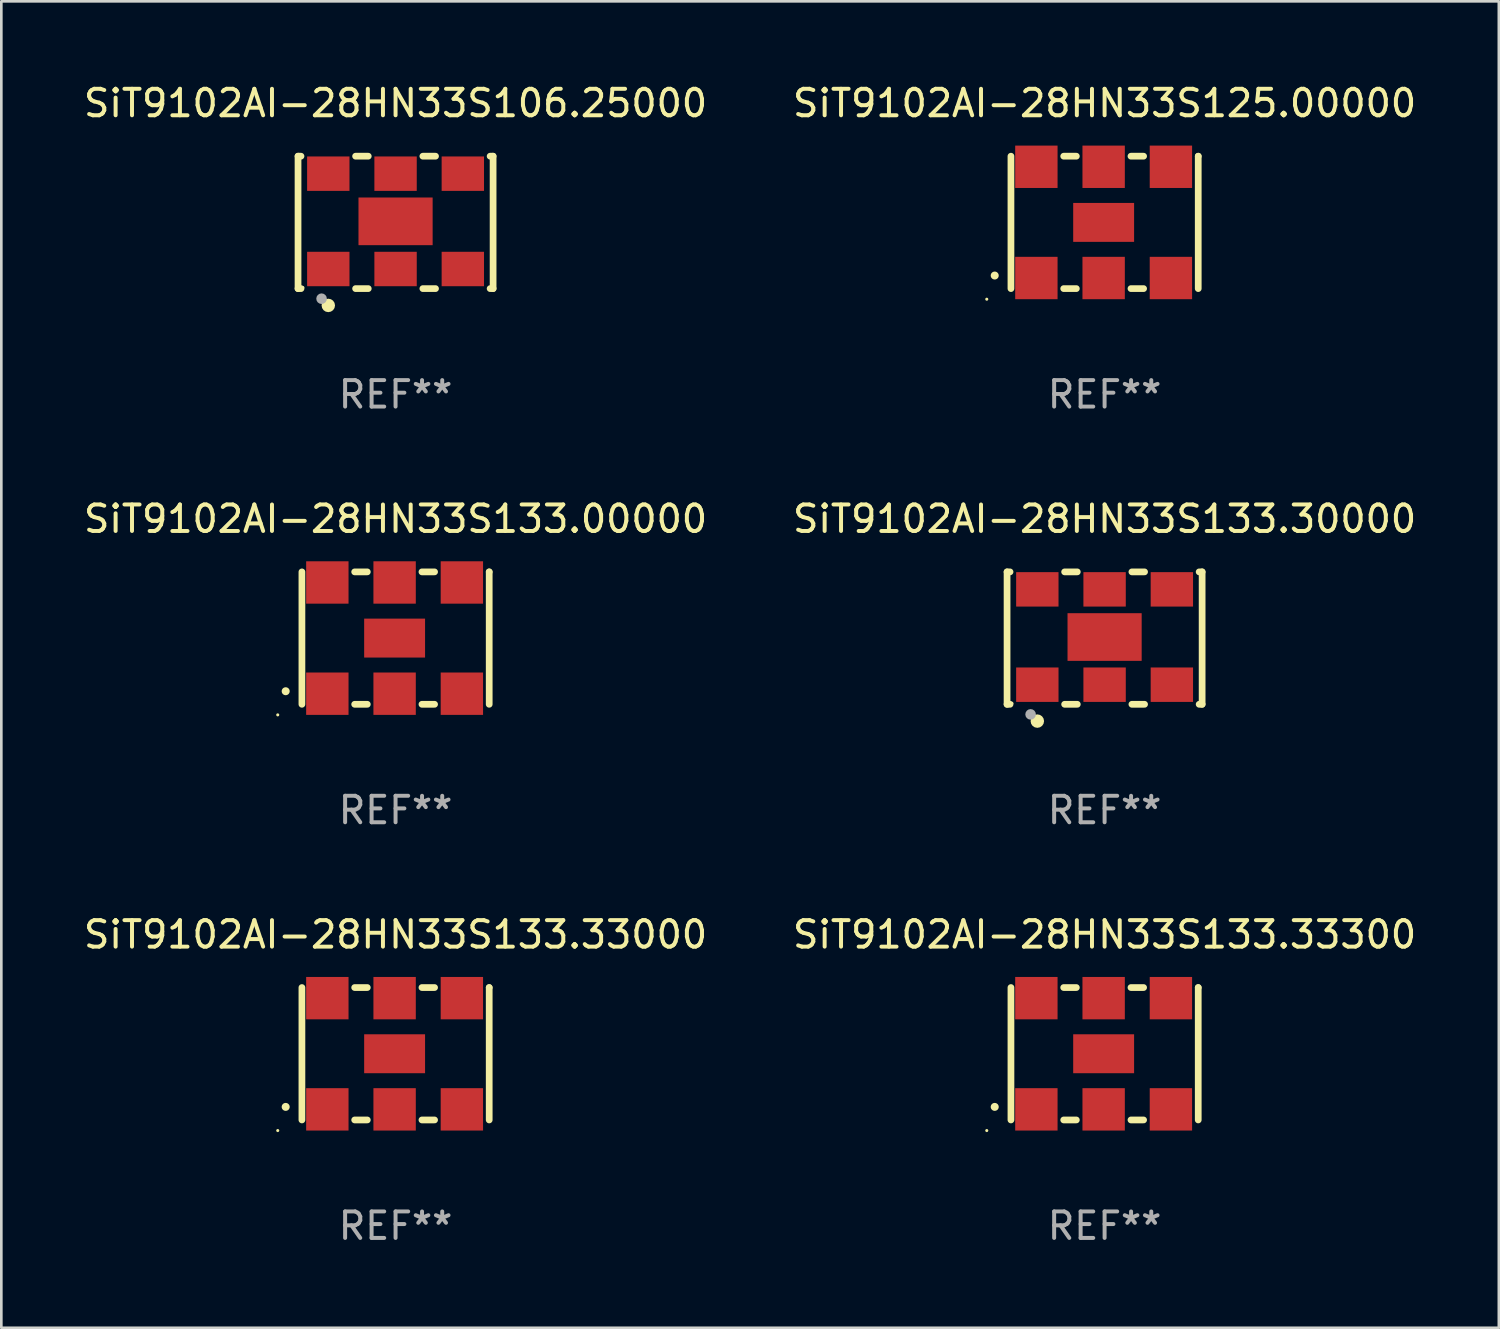
<source format=kicad_pcb>
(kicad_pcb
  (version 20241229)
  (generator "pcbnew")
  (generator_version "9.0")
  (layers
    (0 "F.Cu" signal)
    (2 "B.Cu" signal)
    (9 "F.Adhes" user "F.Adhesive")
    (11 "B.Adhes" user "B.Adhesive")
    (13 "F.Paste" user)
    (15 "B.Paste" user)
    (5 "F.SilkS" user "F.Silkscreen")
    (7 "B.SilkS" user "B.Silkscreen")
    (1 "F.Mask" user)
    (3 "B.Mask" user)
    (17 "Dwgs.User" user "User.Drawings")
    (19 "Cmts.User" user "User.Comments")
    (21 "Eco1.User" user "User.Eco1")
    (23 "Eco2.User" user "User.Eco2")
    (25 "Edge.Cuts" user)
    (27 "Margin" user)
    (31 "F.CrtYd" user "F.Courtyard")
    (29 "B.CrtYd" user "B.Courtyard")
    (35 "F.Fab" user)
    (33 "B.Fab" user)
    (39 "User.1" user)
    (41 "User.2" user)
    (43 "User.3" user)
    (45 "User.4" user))
  (footprint "SiT9102AI-28HN33S133.33300"
    (layer "F.Cu")
    (at 38.661 36.741)
    (property "Reference" "SiT9102AI-28HN33S133.33300" (at 0 -4.5 0) (layer "F.SilkS") (effects (font (size 1 1) (thickness 0.15))))
    (attr through_hole)
    (fp_line (start -3.536 -2.5) (end -3.536 2.5) (stroke (width 0.254) (type solid)) (layer "F.SilkS"))
    (fp_line (start -1.544 2.5) (end -1.067 2.5) (stroke (width 0.254) (type solid)) (layer "F.SilkS"))
    (fp_line (start -1.067 -2.5) (end -1.544 -2.5) (stroke (width 0.254) (type solid)) (layer "F.SilkS"))
    (fp_line (start 0.996 2.5) (end 1.473 2.5) (stroke (width 0.254) (type solid)) (layer "F.SilkS"))
    (fp_line (start 1.473 -2.5) (end 0.996 -2.5) (stroke (width 0.254) (type solid)) (layer "F.SilkS"))
    (fp_line (start 3.536 -2.5) (end 3.536 -2.5) (stroke (width 0.254) (type solid)) (layer "F.SilkS"))
    (fp_line (start 3.536 2.5) (end 3.536 -2.5) (stroke (width 0.254) (type solid)) (layer "F.SilkS"))
    (fp_arc (start -4.150432 2.006604) (mid -4.149162 2.006599) (end -4.147892 2.006604) (stroke (width 0.3) (type solid)) (layer "F.SilkS"))
    (fp_circle (center -4.449 2.9) (end -4.419 2.9) (stroke (width 0.06) (type solid)) (fill no) (layer "F.SilkS"))
    (fp_text user "REF**" (at 0 6.5 0) (layer "F.Fab") (effects (font (size 1 1) (thickness 0.15))))
    (pad "1" smd rect (at -2.576 2.1) (size 1.6 1.6) (layers "F.Cu" "F.Mask" "F.Paste"))
    (pad "2" smd rect (at -0.036 2.1) (size 1.6 1.6) (layers "F.Cu" "F.Mask" "F.Paste"))
    (pad "3" smd rect (at 2.504 2.1) (size 1.6 1.6) (layers "F.Cu" "F.Mask" "F.Paste"))
    (pad "4" smd rect (at 2.504 -2.1) (size 1.6 1.6) (layers "F.Cu" "F.Mask" "F.Paste"))
    (pad "5" smd rect (at -0.036 -2.1) (size 1.6 1.6) (layers "F.Cu" "F.Mask" "F.Paste"))
    (pad "6" smd rect (at -2.576 -2.1) (size 1.6 1.6) (layers "F.Cu" "F.Mask" "F.Paste"))
    (pad "7" smd rect (at -0.036 0) (size 2.3 1.47) (layers "F.Cu" "F.Mask" "F.Paste")))
  (footprint "SiT9102AI-28HN33S106.25000"
    (layer "F.Cu")
    (at 11.887 5.348)
    (property "Reference" "SiT9102AI-28HN33S106.25000" (at 0 -4.5 0) (layer "F.SilkS") (effects (font (size 1 1) (thickness 0.15))))
    (attr through_hole)
    (fp_line (start -3.683 -2.5) (end -3.571 -2.5) (stroke (width 0.254) (type solid)) (layer "F.SilkS"))
    (fp_line (start -3.683 2.5) (end -3.683 -2.5) (stroke (width 0.254) (type solid)) (layer "F.SilkS"))
    (fp_line (start -3.683 2.5) (end -3.571 2.5) (stroke (width 0.254) (type solid)) (layer "F.SilkS"))
    (fp_line (start -1.509 -2.5) (end -1.031 -2.5) (stroke (width 0.254) (type solid)) (layer "F.SilkS"))
    (fp_line (start -1.509 2.5) (end -1.031 2.5) (stroke (width 0.254) (type solid)) (layer "F.SilkS"))
    (fp_line (start 1.031 -2.5) (end 1.509 -2.5) (stroke (width 0.254) (type solid)) (layer "F.SilkS"))
    (fp_line (start 1.031 2.5) (end 1.509 2.5) (stroke (width 0.254) (type solid)) (layer "F.SilkS"))
    (fp_line (start 3.571 -2.5) (end 3.683 -2.5) (stroke (width 0.254) (type solid)) (layer "F.SilkS"))
    (fp_line (start 3.571 2.5) (end 3.683 2.5) (stroke (width 0.254) (type solid)) (layer "F.SilkS"))
    (fp_line (start 3.683 2.5) (end 3.683 -2.5) (stroke (width 0.254) (type solid)) (layer "F.SilkS"))
    (fp_circle (center -3.5 2.46) (end -3.47 2.46) (stroke (width 0.06) (type solid)) (fill no) (layer "F.SilkS"))
    (fp_circle (center -2.54 3.135) (end -2.413 3.135) (stroke (width 0.254) (type solid)) (fill no) (layer "F.SilkS"))
    (fp_circle (center -2.794 2.881) (end -2.694 2.881) (stroke (width 0.2) (type solid)) (fill no) (layer "F.Fab"))
    (fp_text user "REF**" (at 0 6.5 0) (layer "F.Fab") (effects (font (size 1 1) (thickness 0.15))))
    (pad "1" smd rect (at -2.54 1.76) (size 1.6 1.3) (layers "F.Cu" "F.Mask" "F.Paste"))
    (pad "2" smd rect (at 0 1.76) (size 1.6 1.3) (layers "F.Cu" "F.Mask" "F.Paste"))
    (pad "3" smd rect (at 2.54 1.76) (size 1.6 1.3) (layers "F.Cu" "F.Mask" "F.Paste"))
    (pad "4" smd rect (at 2.54 -1.84) (size 1.6 1.3) (layers "F.Cu" "F.Mask" "F.Paste"))
    (pad "5" smd rect (at 0 -1.84) (size 1.6 1.3) (layers "F.Cu" "F.Mask" "F.Paste"))
    (pad "6" smd rect (at -2.54 -1.84) (size 1.6 1.3) (layers "F.Cu" "F.Mask" "F.Paste"))
    (pad "7" smd rect (at 0 -0.04) (size 2.8 1.8) (layers "F.Cu" "F.Mask" "F.Paste")))
  (footprint "SiT9102AI-28HN33S125.00000"
    (layer "F.Cu")
    (at 38.661 5.348)
    (property "Reference" "SiT9102AI-28HN33S125.00000" (at 0 -4.5 0) (layer "F.SilkS") (effects (font (size 1 1) (thickness 0.15))))
    (attr through_hole)
    (fp_line (start -3.536 -2.5) (end -3.536 2.5) (stroke (width 0.254) (type solid)) (layer "F.SilkS"))
    (fp_line (start -1.544 2.5) (end -1.067 2.5) (stroke (width 0.254) (type solid)) (layer "F.SilkS"))
    (fp_line (start -1.067 -2.5) (end -1.544 -2.5) (stroke (width 0.254) (type solid)) (layer "F.SilkS"))
    (fp_line (start 0.996 2.5) (end 1.473 2.5) (stroke (width 0.254) (type solid)) (layer "F.SilkS"))
    (fp_line (start 1.473 -2.5) (end 0.996 -2.5) (stroke (width 0.254) (type solid)) (layer "F.SilkS"))
    (fp_line (start 3.536 -2.5) (end 3.536 -2.5) (stroke (width 0.254) (type solid)) (layer "F.SilkS"))
    (fp_line (start 3.536 2.5) (end 3.536 -2.5) (stroke (width 0.254) (type solid)) (layer "F.SilkS"))
    (fp_arc (start -4.150432 2.006604) (mid -4.149162 2.006599) (end -4.147892 2.006604) (stroke (width 0.3) (type solid)) (layer "F.SilkS"))
    (fp_circle (center -4.449 2.9) (end -4.419 2.9) (stroke (width 0.06) (type solid)) (fill no) (layer "F.SilkS"))
    (fp_text user "REF**" (at 0 6.5 0) (layer "F.Fab") (effects (font (size 1 1) (thickness 0.15))))
    (pad "1" smd rect (at -2.576 2.1) (size 1.6 1.6) (layers "F.Cu" "F.Mask" "F.Paste"))
    (pad "2" smd rect (at -0.036 2.1) (size 1.6 1.6) (layers "F.Cu" "F.Mask" "F.Paste"))
    (pad "3" smd rect (at 2.504 2.1) (size 1.6 1.6) (layers "F.Cu" "F.Mask" "F.Paste"))
    (pad "4" smd rect (at 2.504 -2.1) (size 1.6 1.6) (layers "F.Cu" "F.Mask" "F.Paste"))
    (pad "5" smd rect (at -0.036 -2.1) (size 1.6 1.6) (layers "F.Cu" "F.Mask" "F.Paste"))
    (pad "6" smd rect (at -2.576 -2.1) (size 1.6 1.6) (layers "F.Cu" "F.Mask" "F.Paste"))
    (pad "7" smd rect (at -0.036 0) (size 2.3 1.47) (layers "F.Cu" "F.Mask" "F.Paste")))
  (footprint "SiT9102AI-28HN33S133.30000"
    (layer "F.Cu")
    (at 38.661 21.045)
    (property "Reference" "SiT9102AI-28HN33S133.30000" (at 0 -4.5 0) (layer "F.SilkS") (effects (font (size 1 1) (thickness 0.15))))
    (attr through_hole)
    (fp_line (start -3.683 -2.5) (end -3.571 -2.5) (stroke (width 0.254) (type solid)) (layer "F.SilkS"))
    (fp_line (start -3.683 2.5) (end -3.683 -2.5) (stroke (width 0.254) (type solid)) (layer "F.SilkS"))
    (fp_line (start -3.683 2.5) (end -3.571 2.5) (stroke (width 0.254) (type solid)) (layer "F.SilkS"))
    (fp_line (start -1.509 -2.5) (end -1.031 -2.5) (stroke (width 0.254) (type solid)) (layer "F.SilkS"))
    (fp_line (start -1.509 2.5) (end -1.031 2.5) (stroke (width 0.254) (type solid)) (layer "F.SilkS"))
    (fp_line (start 1.031 -2.5) (end 1.509 -2.5) (stroke (width 0.254) (type solid)) (layer "F.SilkS"))
    (fp_line (start 1.031 2.5) (end 1.509 2.5) (stroke (width 0.254) (type solid)) (layer "F.SilkS"))
    (fp_line (start 3.571 -2.5) (end 3.683 -2.5) (stroke (width 0.254) (type solid)) (layer "F.SilkS"))
    (fp_line (start 3.571 2.5) (end 3.683 2.5) (stroke (width 0.254) (type solid)) (layer "F.SilkS"))
    (fp_line (start 3.683 2.5) (end 3.683 -2.5) (stroke (width 0.254) (type solid)) (layer "F.SilkS"))
    (fp_circle (center -3.5 2.46) (end -3.47 2.46) (stroke (width 0.06) (type solid)) (fill no) (layer "F.SilkS"))
    (fp_circle (center -2.54 3.135) (end -2.413 3.135) (stroke (width 0.254) (type solid)) (fill no) (layer "F.SilkS"))
    (fp_circle (center -2.794 2.881) (end -2.694 2.881) (stroke (width 0.2) (type solid)) (fill no) (layer "F.Fab"))
    (fp_text user "REF**" (at 0 6.5 0) (layer "F.Fab") (effects (font (size 1 1) (thickness 0.15))))
    (pad "1" smd rect (at -2.54 1.76) (size 1.6 1.3) (layers "F.Cu" "F.Mask" "F.Paste"))
    (pad "2" smd rect (at 0 1.76) (size 1.6 1.3) (layers "F.Cu" "F.Mask" "F.Paste"))
    (pad "3" smd rect (at 2.54 1.76) (size 1.6 1.3) (layers "F.Cu" "F.Mask" "F.Paste"))
    (pad "4" smd rect (at 2.54 -1.84) (size 1.6 1.3) (layers "F.Cu" "F.Mask" "F.Paste"))
    (pad "5" smd rect (at 0 -1.84) (size 1.6 1.3) (layers "F.Cu" "F.Mask" "F.Paste"))
    (pad "6" smd rect (at -2.54 -1.84) (size 1.6 1.3) (layers "F.Cu" "F.Mask" "F.Paste"))
    (pad "7" smd rect (at 0 -0.04) (size 2.8 1.8) (layers "F.Cu" "F.Mask" "F.Paste")))
  (footprint "SiT9102AI-28HN33S133.00000"
    (layer "F.Cu")
    (at 11.887 21.045)
    (property "Reference" "SiT9102AI-28HN33S133.00000" (at 0 -4.5 0) (layer "F.SilkS") (effects (font (size 1 1) (thickness 0.15))))
    (attr through_hole)
    (fp_line (start -3.536 -2.5) (end -3.536 2.5) (stroke (width 0.254) (type solid)) (layer "F.SilkS"))
    (fp_line (start -1.544 2.5) (end -1.067 2.5) (stroke (width 0.254) (type solid)) (layer "F.SilkS"))
    (fp_line (start -1.067 -2.5) (end -1.544 -2.5) (stroke (width 0.254) (type solid)) (layer "F.SilkS"))
    (fp_line (start 0.996 2.5) (end 1.473 2.5) (stroke (width 0.254) (type solid)) (layer "F.SilkS"))
    (fp_line (start 1.473 -2.5) (end 0.996 -2.5) (stroke (width 0.254) (type solid)) (layer "F.SilkS"))
    (fp_line (start 3.536 -2.5) (end 3.536 -2.5) (stroke (width 0.254) (type solid)) (layer "F.SilkS"))
    (fp_line (start 3.536 2.5) (end 3.536 -2.5) (stroke (width 0.254) (type solid)) (layer "F.SilkS"))
    (fp_arc (start -4.150432 2.006604) (mid -4.149162 2.006599) (end -4.147892 2.006604) (stroke (width 0.3) (type solid)) (layer "F.SilkS"))
    (fp_circle (center -4.449 2.9) (end -4.419 2.9) (stroke (width 0.06) (type solid)) (fill no) (layer "F.SilkS"))
    (fp_text user "REF**" (at 0 6.5 0) (layer "F.Fab") (effects (font (size 1 1) (thickness 0.15))))
    (pad "1" smd rect (at -2.576 2.1) (size 1.6 1.6) (layers "F.Cu" "F.Mask" "F.Paste"))
    (pad "2" smd rect (at -0.036 2.1) (size 1.6 1.6) (layers "F.Cu" "F.Mask" "F.Paste"))
    (pad "3" smd rect (at 2.504 2.1) (size 1.6 1.6) (layers "F.Cu" "F.Mask" "F.Paste"))
    (pad "4" smd rect (at 2.504 -2.1) (size 1.6 1.6) (layers "F.Cu" "F.Mask" "F.Paste"))
    (pad "5" smd rect (at -0.036 -2.1) (size 1.6 1.6) (layers "F.Cu" "F.Mask" "F.Paste"))
    (pad "6" smd rect (at -2.576 -2.1) (size 1.6 1.6) (layers "F.Cu" "F.Mask" "F.Paste"))
    (pad "7" smd rect (at -0.036 0) (size 2.3 1.47) (layers "F.Cu" "F.Mask" "F.Paste")))
  (footprint "SiT9102AI-28HN33S133.33000"
    (layer "F.Cu")
    (at 11.887 36.741)
    (property "Reference" "SiT9102AI-28HN33S133.33000" (at 0 -4.5 0) (layer "F.SilkS") (effects (font (size 1 1) (thickness 0.15))))
    (attr through_hole)
    (fp_line (start -3.536 -2.5) (end -3.536 2.5) (stroke (width 0.254) (type solid)) (layer "F.SilkS"))
    (fp_line (start -1.544 2.5) (end -1.067 2.5) (stroke (width 0.254) (type solid)) (layer "F.SilkS"))
    (fp_line (start -1.067 -2.5) (end -1.544 -2.5) (stroke (width 0.254) (type solid)) (layer "F.SilkS"))
    (fp_line (start 0.996 2.5) (end 1.473 2.5) (stroke (width 0.254) (type solid)) (layer "F.SilkS"))
    (fp_line (start 1.473 -2.5) (end 0.996 -2.5) (stroke (width 0.254) (type solid)) (layer "F.SilkS"))
    (fp_line (start 3.536 -2.5) (end 3.536 -2.5) (stroke (width 0.254) (type solid)) (layer "F.SilkS"))
    (fp_line (start 3.536 2.5) (end 3.536 -2.5) (stroke (width 0.254) (type solid)) (layer "F.SilkS"))
    (fp_arc (start -4.150432 2.006604) (mid -4.149162 2.006599) (end -4.147892 2.006604) (stroke (width 0.3) (type solid)) (layer "F.SilkS"))
    (fp_circle (center -4.449 2.9) (end -4.419 2.9) (stroke (width 0.06) (type solid)) (fill no) (layer "F.SilkS"))
    (fp_text user "REF**" (at 0 6.5 0) (layer "F.Fab") (effects (font (size 1 1) (thickness 0.15))))
    (pad "1" smd rect (at -2.576 2.1) (size 1.6 1.6) (layers "F.Cu" "F.Mask" "F.Paste"))
    (pad "2" smd rect (at -0.036 2.1) (size 1.6 1.6) (layers "F.Cu" "F.Mask" "F.Paste"))
    (pad "3" smd rect (at 2.504 2.1) (size 1.6 1.6) (layers "F.Cu" "F.Mask" "F.Paste"))
    (pad "4" smd rect (at 2.504 -2.1) (size 1.6 1.6) (layers "F.Cu" "F.Mask" "F.Paste"))
    (pad "5" smd rect (at -0.036 -2.1) (size 1.6 1.6) (layers "F.Cu" "F.Mask" "F.Paste"))
    (pad "6" smd rect (at -2.576 -2.1) (size 1.6 1.6) (layers "F.Cu" "F.Mask" "F.Paste"))
    (pad "7" smd rect (at -0.036 0) (size 2.3 1.47) (layers "F.Cu" "F.Mask" "F.Paste")))
  (gr_rect
    (start -3 -3)
    (end 53.548 47.09)
    (stroke (width 0.1) (type default))
    (fill no)
    (layer "Edge.Cuts")))
</source>
